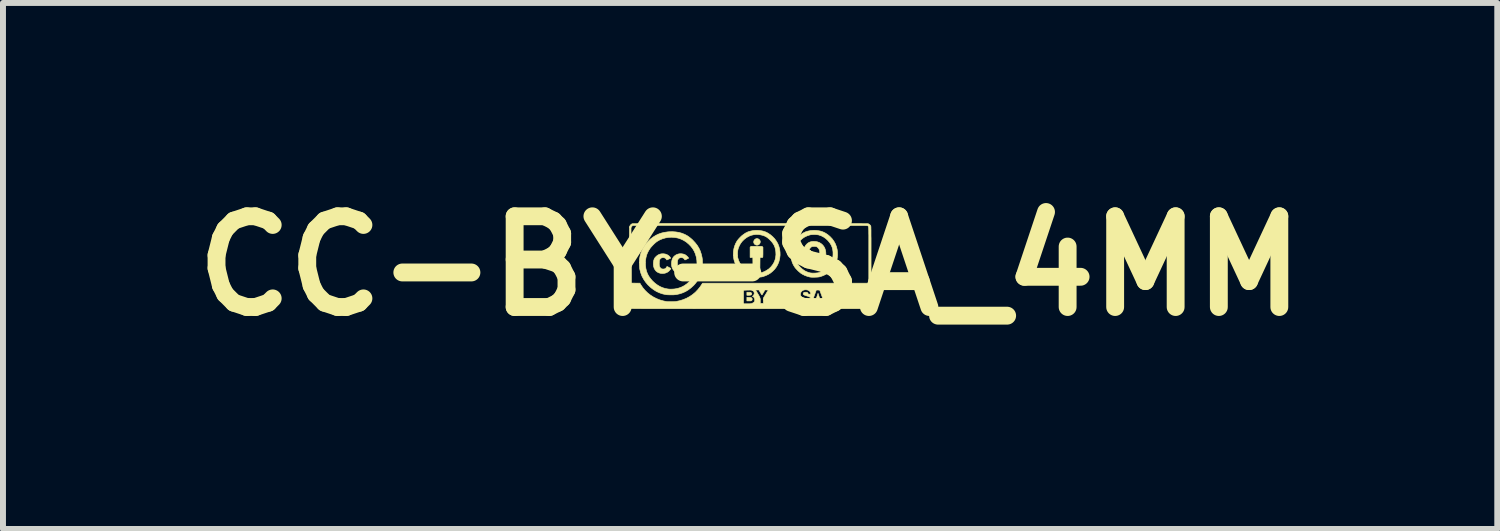
<source format=kicad_pcb>
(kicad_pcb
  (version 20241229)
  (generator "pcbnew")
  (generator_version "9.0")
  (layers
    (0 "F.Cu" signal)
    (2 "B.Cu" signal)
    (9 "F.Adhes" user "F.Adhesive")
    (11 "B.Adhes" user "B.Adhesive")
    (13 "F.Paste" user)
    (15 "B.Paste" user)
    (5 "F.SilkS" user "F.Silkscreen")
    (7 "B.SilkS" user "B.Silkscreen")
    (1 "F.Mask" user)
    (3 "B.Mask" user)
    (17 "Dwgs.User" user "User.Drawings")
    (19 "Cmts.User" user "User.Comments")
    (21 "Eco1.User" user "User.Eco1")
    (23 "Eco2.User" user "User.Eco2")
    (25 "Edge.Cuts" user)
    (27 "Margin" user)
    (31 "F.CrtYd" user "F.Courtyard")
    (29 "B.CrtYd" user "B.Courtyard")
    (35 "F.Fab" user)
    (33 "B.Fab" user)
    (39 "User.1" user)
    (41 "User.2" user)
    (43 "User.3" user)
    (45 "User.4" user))
  (footprint "CC-BY-SA_4MM"
    (layer "F.Cu")
    (at 9.55 1.418)
    (property "Reference" "CC-BY-SA_4MM" (at 0 0 0) (layer "F.SilkS") (effects (font (size 1.524 1.524) (thickness 0.3))))
    (attr exclude_from_pos_files exclude_from_bom)
    (fp_poly (pts (xy -0.019 0.528) (xy -0.003 0.528) (xy 0.008 0.529) (xy 0.016 0.531) (xy 0.022 0.534) (xy 0.024 0.535) (xy 0.033 0.545) (xy 0.036 0.558) (xy 0.033 0.57) (xy 0.03 0.577) (xy 0.024 0.582) (xy 0.016 0.585) (xy 0.004 0.587) (xy -0.012 0.587) (xy -0.021 0.587) (xy -0.054 0.587) (xy -0.054 0.526) (xy -0.019 0.528)) (stroke (width 0.01) (type solid)) (fill yes) (layer "F.SilkS"))
    (fp_poly (pts (xy -0.007 0.441) (xy 0.002 0.442) (xy 0.009 0.443) (xy 0.013 0.445) (xy 0.018 0.449) (xy 0.019 0.451) (xy 0.026 0.459) (xy 0.028 0.467) (xy 0.026 0.476) (xy 0.025 0.478) (xy 0.02 0.484) (xy 0.012 0.488) (xy -0.000164 0.491) (xy -0.017 0.492) (xy -0.026 0.492) (xy -0.054 0.492) (xy -0.054 0.441) (xy -0.022 0.441) (xy -0.007 0.441)) (stroke (width 0.01) (type solid)) (fill yes) (layer "F.SilkS"))
    (fp_poly (pts (xy 1.153 0.495) (xy 1.158 0.51) (xy 1.162 0.523) (xy 1.165 0.532) (xy 1.167 0.537) (xy 1.167 0.54) (xy 1.165 0.542) (xy 1.16 0.543) (xy 1.15 0.543) (xy 1.142 0.543) (xy 1.129 0.543) (xy 1.12 0.542) (xy 1.115 0.541) (xy 1.114 0.541) (xy 1.115 0.537) (xy 1.118 0.528) (xy 1.122 0.516) (xy 1.127 0.501) (xy 1.128 0.499) (xy 1.141 0.459) (xy 1.153 0.495)) (stroke (width 0.01) (type solid)) (fill yes) (layer "F.SilkS"))
    (fp_poly (pts (xy 0.128 -0.459) (xy 0.144 -0.452) (xy 0.157 -0.441) (xy 0.167 -0.427) (xy 0.171 -0.411) (xy 0.17 -0.396) (xy 0.165 -0.381) (xy 0.157 -0.369) (xy 0.146 -0.359) (xy 0.132 -0.352) (xy 0.116 -0.35) (xy 0.1 -0.352) (xy 0.089 -0.357) (xy 0.075 -0.367) (xy 0.066 -0.38) (xy 0.061 -0.395) (xy 0.061 -0.411) (xy 0.065 -0.426) (xy 0.073 -0.439) (xy 0.085 -0.45) (xy 0.099 -0.458) (xy 0.109 -0.46) (xy 0.128 -0.459)) (stroke (width 0.01) (type solid)) (fill yes) (layer "F.SilkS"))
    (fp_poly (pts (xy 0.208 -0.322) (xy 0.216 -0.315) (xy 0.216 -0.239) (xy 0.216 -0.217) (xy 0.216 -0.197) (xy 0.215 -0.179) (xy 0.215 -0.165) (xy 0.214 -0.156) (xy 0.214 -0.153) (xy 0.213 -0.148) (xy 0.21 -0.145) (xy 0.206 -0.143) (xy 0.197 -0.143) (xy 0.189 -0.142) (xy 0.167 -0.141) (xy 0.166 -0.047) (xy 0.165 0.048) (xy 0.048 0.048) (xy 0.047 -0.047) (xy 0.046 -0.141) (xy 0.023 -0.142) (xy 0 -0.143) (xy 0 -0.315) (xy 0.016 -0.33) (xy 0.108 -0.33) (xy 0.2 -0.33) (xy 0.208 -0.322)) (stroke (width 0.01) (type solid)) (fill yes) (layer "F.SilkS"))
    (fp_poly (pts (xy -1.147 -0.205) (xy -1.116 -0.199) (xy -1.093 -0.19) (xy -1.082 -0.183) (xy -1.069 -0.173) (xy -1.056 -0.161) (xy -1.045 -0.15) (xy -1.037 -0.14) (xy -1.032 -0.131) (xy -1.063 -0.116) (xy -1.093 -0.101) (xy -1.101 -0.11) (xy -1.105 -0.117) (xy -1.108 -0.121) (xy -1.108 -0.121) (xy -1.111 -0.125) (xy -1.118 -0.129) (xy -1.127 -0.134) (xy -1.136 -0.138) (xy -1.145 -0.141) (xy -1.146 -0.141) (xy -1.16 -0.141) (xy -1.176 -0.138) (xy -1.191 -0.132) (xy -1.196 -0.129) (xy -1.203 -0.121) (xy -1.21 -0.111) (xy -1.213 -0.106) (xy -1.216 -0.099) (xy -1.218 -0.092) (xy -1.22 -0.085) (xy -1.22 -0.074) (xy -1.221 -0.06) (xy -1.221 -0.046) (xy -1.221 -0.028) (xy -1.22 -0.015) (xy -1.22 -0.006) (xy -1.218 0.001) (xy -1.216 0.008) (xy -1.212 0.015) (xy -1.211 0.018) (xy -1.202 0.033) (xy -1.19 0.043) (xy -1.176 0.049) (xy -1.158 0.051) (xy -1.155 0.051) (xy -1.138 0.05) (xy -1.124 0.046) (xy -1.113 0.039) (xy -1.103 0.027) (xy -1.093 0.011) (xy -1.092 0.01) (xy -1.09 0.009) (xy -1.084 0.011) (xy -1.074 0.015) (xy -1.06 0.023) (xy -1.059 0.024) (xy -1.046 0.031) (xy -1.036 0.037) (xy -1.029 0.042) (xy -1.026 0.043) (xy -1.027 0.046) (xy -1.031 0.053) (xy -1.038 0.061) (xy -1.045 0.071) (xy -1.054 0.08) (xy -1.061 0.088) (xy -1.062 0.088) (xy -1.085 0.105) (xy -1.111 0.117) (xy -1.141 0.124) (xy -1.172 0.126) (xy -1.195 0.124) (xy -1.225 0.116) (xy -1.252 0.103) (xy -1.274 0.085) (xy -1.292 0.063) (xy -1.306 0.037) (xy -1.316 0.008) (xy -1.32 -0.025) (xy -1.32 -0.054) (xy -1.315 -0.088) (xy -1.307 -0.117) (xy -1.293 -0.143) (xy -1.275 -0.164) (xy -1.251 -0.182) (xy -1.237 -0.19) (xy -1.208 -0.201) (xy -1.178 -0.206) (xy -1.147 -0.205)) (stroke (width 0.01) (type solid)) (fill yes) (layer "F.SilkS"))
    (fp_poly (pts (xy -1.425 -0.201) (xy -1.399 -0.192) (xy -1.375 -0.179) (xy -1.354 -0.161) (xy -1.343 -0.147) (xy -1.337 -0.137) (xy -1.335 -0.13) (xy -1.339 -0.127) (xy -1.34 -0.127) (xy -1.345 -0.126) (xy -1.353 -0.122) (xy -1.364 -0.117) (xy -1.371 -0.114) (xy -1.398 -0.101) (xy -1.405 -0.11) (xy -1.41 -0.117) (xy -1.413 -0.121) (xy -1.413 -0.121) (xy -1.416 -0.125) (xy -1.422 -0.129) (xy -1.432 -0.134) (xy -1.441 -0.138) (xy -1.449 -0.141) (xy -1.45 -0.141) (xy -1.465 -0.141) (xy -1.481 -0.138) (xy -1.495 -0.132) (xy -1.5 -0.129) (xy -1.508 -0.121) (xy -1.515 -0.111) (xy -1.518 -0.106) (xy -1.521 -0.099) (xy -1.523 -0.092) (xy -1.524 -0.085) (xy -1.525 -0.074) (xy -1.525 -0.06) (xy -1.526 -0.046) (xy -1.526 -0.028) (xy -1.525 -0.015) (xy -1.524 -0.006) (xy -1.523 0.001) (xy -1.521 0.008) (xy -1.517 0.015) (xy -1.516 0.018) (xy -1.506 0.033) (xy -1.495 0.043) (xy -1.481 0.049) (xy -1.463 0.051) (xy -1.459 0.051) (xy -1.443 0.05) (xy -1.429 0.046) (xy -1.418 0.039) (xy -1.408 0.027) (xy -1.398 0.011) (xy -1.397 0.01) (xy -1.395 0.009) (xy -1.389 0.011) (xy -1.379 0.015) (xy -1.365 0.023) (xy -1.363 0.024) (xy -1.351 0.031) (xy -1.34 0.037) (xy -1.333 0.042) (xy -1.331 0.043) (xy -1.332 0.046) (xy -1.336 0.053) (xy -1.342 0.061) (xy -1.35 0.071) (xy -1.359 0.08) (xy -1.366 0.088) (xy -1.366 0.088) (xy -1.39 0.105) (xy -1.416 0.117) (xy -1.445 0.124) (xy -1.476 0.126) (xy -1.5 0.124) (xy -1.531 0.116) (xy -1.557 0.103) (xy -1.58 0.085) (xy -1.598 0.062) (xy -1.612 0.036) (xy -1.621 0.006) (xy -1.625 -0.026) (xy -1.624 -0.058) (xy -1.62 -0.088) (xy -1.611 -0.116) (xy -1.608 -0.122) (xy -1.598 -0.139) (xy -1.583 -0.155) (xy -1.566 -0.171) (xy -1.547 -0.184) (xy -1.538 -0.189) (xy -1.511 -0.2) (xy -1.482 -0.205) (xy -1.453 -0.205) (xy -1.425 -0.201)) (stroke (width 0.01) (type solid)) (fill yes) (layer "F.SilkS"))
    (fp_poly (pts (xy 1.086 -0.412) (xy 1.108 -0.41) (xy 1.128 -0.406) (xy 1.129 -0.406) (xy 1.161 -0.395) (xy 1.19 -0.378) (xy 1.215 -0.357) (xy 1.237 -0.331) (xy 1.254 -0.301) (xy 1.262 -0.278) (xy 1.268 -0.255) (xy 1.272 -0.228) (xy 1.273 -0.199) (xy 1.272 -0.171) (xy 1.269 -0.148) (xy 1.258 -0.114) (xy 1.242 -0.083) (xy 1.222 -0.056) (xy 1.197 -0.033) (xy 1.169 -0.014) (xy 1.137 0.000349) (xy 1.122 0.005) (xy 1.107 0.007) (xy 1.087 0.009) (xy 1.066 0.009) (xy 1.046 0.008) (xy 1.028 0.006) (xy 1.023 0.005) (xy 0.992 -0.007) (xy 0.964 -0.023) (xy 0.941 -0.044) (xy 0.922 -0.069) (xy 0.907 -0.098) (xy 0.9 -0.121) (xy 0.898 -0.132) (xy 0.898 -0.138) (xy 0.899 -0.141) (xy 0.9 -0.142) (xy 0.904 -0.142) (xy 0.914 -0.142) (xy 0.927 -0.142) (xy 0.943 -0.142) (xy 0.948 -0.142) (xy 0.991 -0.141) (xy 0.996 -0.124) (xy 1.003 -0.104) (xy 1.014 -0.089) (xy 1.029 -0.078) (xy 1.049 -0.071) (xy 1.058 -0.07) (xy 1.083 -0.068) (xy 1.106 -0.072) (xy 1.125 -0.082) (xy 1.142 -0.097) (xy 1.156 -0.118) (xy 1.164 -0.138) (xy 1.167 -0.148) (xy 1.168 -0.164) (xy 1.17 -0.182) (xy 1.17 -0.202) (xy 1.17 -0.221) (xy 1.169 -0.239) (xy 1.168 -0.254) (xy 1.166 -0.262) (xy 1.158 -0.282) (xy 1.146 -0.3) (xy 1.133 -0.314) (xy 1.126 -0.319) (xy 1.118 -0.323) (xy 1.112 -0.326) (xy 1.104 -0.328) (xy 1.094 -0.328) (xy 1.079 -0.329) (xy 1.078 -0.329) (xy 1.062 -0.328) (xy 1.051 -0.328) (xy 1.043 -0.326) (xy 1.035 -0.323) (xy 1.033 -0.322) (xy 1.019 -0.312) (xy 1.008 -0.299) (xy 1 -0.286) (xy 0.995 -0.274) (xy 0.994 -0.266) (xy 0.996 -0.262) (xy 1.002 -0.261) (xy 1.007 -0.26) (xy 1.021 -0.26) (xy 0.982 -0.221) (xy 0.943 -0.183) (xy 0.867 -0.259) (xy 0.883 -0.26) (xy 0.9 -0.262) (xy 0.905 -0.285) (xy 0.916 -0.317) (xy 0.932 -0.345) (xy 0.952 -0.368) (xy 0.976 -0.388) (xy 1.004 -0.402) (xy 1.023 -0.408) (xy 1.041 -0.411) (xy 1.062 -0.413) (xy 1.086 -0.412)) (stroke (width 0.01) (type solid)) (fill yes) (layer "F.SilkS"))
    (fp_poly (pts (xy 0.146 -0.598) (xy 0.193 -0.591) (xy 0.218 -0.586) (xy 0.26 -0.572) (xy 0.3 -0.552) (xy 0.339 -0.526) (xy 0.376 -0.495) (xy 0.411 -0.459) (xy 0.417 -0.451) (xy 0.445 -0.412) (xy 0.468 -0.37) (xy 0.485 -0.325) (xy 0.497 -0.279) (xy 0.503 -0.231) (xy 0.504 -0.182) (xy 0.498 -0.133) (xy 0.487 -0.084) (xy 0.481 -0.064) (xy 0.463 -0.022) (xy 0.44 0.018) (xy 0.412 0.055) (xy 0.379 0.088) (xy 0.343 0.118) (xy 0.303 0.143) (xy 0.259 0.163) (xy 0.214 0.179) (xy 0.198 0.183) (xy 0.183 0.185) (xy 0.163 0.187) (xy 0.141 0.188) (xy 0.117 0.189) (xy 0.093 0.189) (xy 0.071 0.189) (xy 0.052 0.187) (xy 0.041 0.186) (xy -0.002 0.175) (xy -0.043 0.16) (xy -0.083 0.14) (xy -0.118 0.118) (xy -0.119 0.117) (xy -0.136 0.103) (xy -0.154 0.087) (xy -0.173 0.069) (xy -0.19 0.05) (xy -0.205 0.033) (xy -0.214 0.022) (xy -0.238 -0.018) (xy -0.257 -0.06) (xy -0.271 -0.105) (xy -0.279 -0.151) (xy -0.282 -0.198) (xy -0.282 -0.206) (xy -0.211 -0.206) (xy -0.211 -0.182) (xy -0.209 -0.159) (xy -0.207 -0.139) (xy -0.205 -0.133) (xy -0.192 -0.09) (xy -0.172 -0.049) (xy -0.147 -0.011) (xy -0.116 0.023) (xy -0.082 0.054) (xy -0.045 0.079) (xy -0.006 0.099) (xy 0.033 0.112) (xy 0.057 0.117) (xy 0.07 0.119) (xy 0.088 0.12) (xy 0.108 0.12) (xy 0.128 0.12) (xy 0.147 0.119) (xy 0.162 0.118) (xy 0.165 0.117) (xy 0.202 0.109) (xy 0.24 0.094) (xy 0.276 0.075) (xy 0.31 0.052) (xy 0.322 0.043) (xy 0.354 0.011) (xy 0.381 -0.024) (xy 0.403 -0.062) (xy 0.419 -0.102) (xy 0.429 -0.145) (xy 0.434 -0.19) (xy 0.432 -0.236) (xy 0.432 -0.238) (xy 0.426 -0.278) (xy 0.417 -0.314) (xy 0.404 -0.346) (xy 0.386 -0.377) (xy 0.363 -0.407) (xy 0.343 -0.429) (xy 0.313 -0.458) (xy 0.283 -0.482) (xy 0.251 -0.5) (xy 0.218 -0.513) (xy 0.182 -0.522) (xy 0.147 -0.528) (xy 0.102 -0.53) (xy 0.059 -0.525) (xy 0.017 -0.515) (xy -0.024 -0.498) (xy -0.062 -0.476) (xy -0.098 -0.448) (xy -0.104 -0.443) (xy -0.137 -0.409) (xy -0.163 -0.373) (xy -0.184 -0.333) (xy -0.2 -0.291) (xy -0.205 -0.271) (xy -0.208 -0.253) (xy -0.21 -0.231) (xy -0.211 -0.206) (xy -0.282 -0.206) (xy -0.28 -0.245) (xy -0.272 -0.292) (xy -0.259 -0.337) (xy -0.241 -0.381) (xy -0.218 -0.422) (xy -0.217 -0.423) (xy -0.197 -0.449) (xy -0.172 -0.476) (xy -0.145 -0.503) (xy -0.116 -0.526) (xy -0.087 -0.546) (xy -0.075 -0.554) (xy -0.036 -0.573) (xy 0.007 -0.586) (xy 0.052 -0.595) (xy 0.098 -0.599) (xy 0.146 -0.598)) (stroke (width 0.01) (type solid)) (fill yes) (layer "F.SilkS"))
    (fp_poly (pts (xy 1.111 -0.598) (xy 1.158 -0.591) (xy 1.183 -0.586) (xy 1.225 -0.572) (xy 1.266 -0.552) (xy 1.305 -0.526) (xy 1.342 -0.495) (xy 1.376 -0.459) (xy 1.383 -0.451) (xy 1.41 -0.412) (xy 1.433 -0.37) (xy 1.45 -0.325) (xy 1.462 -0.279) (xy 1.468 -0.231) (xy 1.469 -0.182) (xy 1.464 -0.133) (xy 1.453 -0.084) (xy 1.446 -0.064) (xy 1.429 -0.022) (xy 1.406 0.018) (xy 1.377 0.055) (xy 1.345 0.088) (xy 1.308 0.118) (xy 1.268 0.143) (xy 1.225 0.163) (xy 1.179 0.179) (xy 1.163 0.183) (xy 1.148 0.185) (xy 1.129 0.187) (xy 1.106 0.188) (xy 1.082 0.189) (xy 1.058 0.189) (xy 1.036 0.189) (xy 1.017 0.187) (xy 1.006 0.186) (xy 0.964 0.175) (xy 0.922 0.16) (xy 0.882 0.14) (xy 0.847 0.118) (xy 0.846 0.117) (xy 0.83 0.103) (xy 0.811 0.087) (xy 0.793 0.069) (xy 0.775 0.05) (xy 0.76 0.033) (xy 0.752 0.022) (xy 0.727 -0.018) (xy 0.708 -0.06) (xy 0.695 -0.105) (xy 0.686 -0.151) (xy 0.683 -0.198) (xy 0.75 -0.198) (xy 0.75 -0.187) (xy 0.754 -0.144) (xy 0.763 -0.105) (xy 0.778 -0.068) (xy 0.798 -0.033) (xy 0.824 0.001) (xy 0.846 0.024) (xy 0.879 0.054) (xy 0.914 0.079) (xy 0.95 0.097) (xy 0.989 0.111) (xy 1.01 0.116) (xy 1.026 0.118) (xy 1.047 0.12) (xy 1.07 0.12) (xy 1.095 0.119) (xy 1.118 0.117) (xy 1.139 0.115) (xy 1.153 0.112) (xy 1.195 0.097) (xy 1.235 0.077) (xy 1.272 0.051) (xy 1.293 0.032) (xy 1.319 0.005) (xy 1.34 -0.021) (xy 1.357 -0.048) (xy 1.364 -0.062) (xy 1.375 -0.089) (xy 1.384 -0.115) (xy 1.389 -0.143) (xy 1.392 -0.174) (xy 1.393 -0.188) (xy 1.393 -0.234) (xy 1.388 -0.275) (xy 1.378 -0.314) (xy 1.363 -0.35) (xy 1.342 -0.384) (xy 1.316 -0.417) (xy 1.304 -0.431) (xy 1.27 -0.462) (xy 1.234 -0.487) (xy 1.195 -0.507) (xy 1.153 -0.521) (xy 1.145 -0.523) (xy 1.122 -0.526) (xy 1.095 -0.528) (xy 1.066 -0.528) (xy 1.038 -0.527) (xy 1.013 -0.524) (xy 1.002 -0.521) (xy 0.959 -0.507) (xy 0.918 -0.488) (xy 0.881 -0.463) (xy 0.847 -0.433) (xy 0.816 -0.399) (xy 0.791 -0.363) (xy 0.772 -0.326) (xy 0.759 -0.286) (xy 0.752 -0.243) (xy 0.75 -0.198) (xy 0.683 -0.198) (xy 0.683 -0.198) (xy 0.685 -0.245) (xy 0.693 -0.292) (xy 0.706 -0.337) (xy 0.724 -0.381) (xy 0.748 -0.422) (xy 0.748 -0.423) (xy 0.768 -0.449) (xy 0.793 -0.476) (xy 0.82 -0.503) (xy 0.849 -0.526) (xy 0.878 -0.546) (xy 0.891 -0.554) (xy 0.93 -0.573) (xy 0.972 -0.586) (xy 1.017 -0.595) (xy 1.064 -0.599) (xy 1.111 -0.598)) (stroke (width 0.01) (type solid)) (fill yes) (layer "F.SilkS"))
    (fp_poly (pts (xy -1.247 -0.572) (xy -1.196 -0.564) (xy -1.149 -0.551) (xy -1.103 -0.533) (xy -1.087 -0.525) (xy -1.057 -0.509) (xy -1.029 -0.49) (xy -1.002 -0.469) (xy -0.973 -0.444) (xy -0.964 -0.435) (xy -0.924 -0.392) (xy -0.889 -0.348) (xy -0.86 -0.301) (xy -0.837 -0.252) (xy -0.82 -0.2) (xy -0.807 -0.145) (xy -0.805 -0.131) (xy -0.802 -0.11) (xy -0.801 -0.084) (xy -0.8 -0.055) (xy -0.8 -0.026) (xy -0.801 0.001) (xy -0.803 0.026) (xy -0.805 0.038) (xy -0.816 0.094) (xy -0.833 0.148) (xy -0.855 0.199) (xy -0.884 0.247) (xy -0.918 0.292) (xy -0.949 0.327) (xy -0.993 0.367) (xy -1.038 0.401) (xy -1.084 0.429) (xy -1.133 0.451) (xy -1.185 0.468) (xy -1.239 0.48) (xy -1.247 0.481) (xy -1.267 0.483) (xy -1.291 0.485) (xy -1.317 0.485) (xy -1.345 0.485) (xy -1.372 0.484) (xy -1.396 0.483) (xy -1.414 0.481) (xy -1.469 0.469) (xy -1.522 0.451) (xy -1.573 0.428) (xy -1.621 0.398) (xy -1.667 0.363) (xy -1.711 0.322) (xy -1.719 0.314) (xy -1.757 0.269) (xy -1.789 0.221) (xy -1.816 0.171) (xy -1.836 0.118) (xy -1.851 0.063) (xy -1.855 0.042) (xy -1.857 0.016) (xy -1.859 -0.013) (xy -1.86 -0.043) (xy -1.86 -0.062) (xy -1.758 -0.062) (xy -1.757 -0.009) (xy -1.751 0.041) (xy -1.74 0.088) (xy -1.723 0.132) (xy -1.701 0.173) (xy -1.672 0.213) (xy -1.638 0.252) (xy -1.637 0.253) (xy -1.597 0.29) (xy -1.556 0.32) (xy -1.514 0.345) (xy -1.471 0.364) (xy -1.425 0.378) (xy -1.377 0.387) (xy -1.373 0.387) (xy -1.351 0.389) (xy -1.325 0.389) (xy -1.297 0.388) (xy -1.27 0.386) (xy -1.245 0.382) (xy -1.238 0.381) (xy -1.191 0.369) (xy -1.147 0.352) (xy -1.105 0.33) (xy -1.065 0.302) (xy -1.026 0.268) (xy -1.011 0.253) (xy -0.977 0.214) (xy -0.948 0.173) (xy -0.926 0.129) (xy -0.909 0.083) (xy -0.898 0.035) (xy -0.893 -0.016) (xy -0.892 -0.044) (xy -0.895 -0.099) (xy -0.904 -0.151) (xy -0.918 -0.2) (xy -0.938 -0.247) (xy -0.964 -0.291) (xy -0.995 -0.331) (xy -1.029 -0.366) (xy -1.07 -0.401) (xy -1.114 -0.429) (xy -1.159 -0.451) (xy -1.207 -0.468) (xy -1.257 -0.478) (xy -1.309 -0.482) (xy -1.32 -0.483) (xy -1.373 -0.48) (xy -1.424 -0.471) (xy -1.472 -0.457) (xy -1.518 -0.438) (xy -1.56 -0.414) (xy -1.575 -0.403) (xy -1.591 -0.39) (xy -1.61 -0.373) (xy -1.629 -0.354) (xy -1.648 -0.334) (xy -1.665 -0.315) (xy -1.677 -0.3) (xy -1.703 -0.26) (xy -1.724 -0.22) (xy -1.74 -0.178) (xy -1.75 -0.135) (xy -1.757 -0.088) (xy -1.758 -0.062) (xy -1.86 -0.062) (xy -1.86 -0.072) (xy -1.859 -0.098) (xy -1.858 -0.113) (xy -1.85 -0.158) (xy -1.839 -0.202) (xy -1.824 -0.245) (xy -1.807 -0.284) (xy -1.801 -0.295) (xy -1.777 -0.334) (xy -1.749 -0.373) (xy -1.718 -0.409) (xy -1.686 -0.441) (xy -1.672 -0.453) (xy -1.629 -0.486) (xy -1.584 -0.514) (xy -1.538 -0.536) (xy -1.49 -0.553) (xy -1.439 -0.565) (xy -1.384 -0.573) (xy -1.359 -0.575) (xy -1.301 -0.576) (xy -1.247 -0.572)) (stroke (width 0.01) (type solid)) (fill yes) (layer "F.SilkS"))
    (fp_poly (pts (xy 0.386 -0.714) (xy 0.503 -0.714) (xy 0.614 -0.714) (xy 0.719 -0.714) (xy 0.819 -0.714) (xy 0.913 -0.714) (xy 1.003 -0.714) (xy 1.087 -0.714) (xy 1.166 -0.714) (xy 1.241 -0.714) (xy 1.311 -0.714) (xy 1.376 -0.714) (xy 1.437 -0.714) (xy 1.494 -0.714) (xy 1.547 -0.714) (xy 1.596 -0.714) (xy 1.641 -0.714) (xy 1.683 -0.713) (xy 1.721 -0.713) (xy 1.756 -0.713) (xy 1.788 -0.713) (xy 1.817 -0.713) (xy 1.843 -0.713) (xy 1.866 -0.713) (xy 1.887 -0.712) (xy 1.905 -0.712) (xy 1.921 -0.712) (xy 1.934 -0.712) (xy 1.946 -0.712) (xy 1.956 -0.711) (xy 1.964 -0.711) (xy 1.971 -0.711) (xy 1.976 -0.711) (xy 1.98 -0.71) (xy 1.982 -0.71) (xy 1.984 -0.71) (xy 1.985 -0.709) (xy 1.998 -0.703) (xy 2.012 -0.692) (xy 2.023 -0.68) (xy 2.027 -0.672) (xy 2.028 -0.671) (xy 2.028 -0.668) (xy 2.029 -0.663) (xy 2.029 -0.656) (xy 2.03 -0.647) (xy 2.03 -0.636) (xy 2.03 -0.621) (xy 2.031 -0.605) (xy 2.031 -0.584) (xy 2.031 -0.561) (xy 2.031 -0.534) (xy 2.031 -0.503) (xy 2.032 -0.468) (xy 2.032 -0.428) (xy 2.032 -0.384) (xy 2.032 -0.336) (xy 2.032 -0.282) (xy 2.032 -0.223) (xy 2.032 -0.158) (xy 2.032 -0.088) (xy 2.032 -0.011) (xy 2.032 0.027) (xy 2.032 0.718) (xy 0.005 0.718) (xy -0.131 0.718) (xy -0.261 0.718) (xy -0.384 0.718) (xy -0.502 0.718) (xy -0.614 0.718) (xy -0.72 0.718) (xy -0.821 0.718) (xy -0.916 0.718) (xy -1.006 0.717) (xy -1.091 0.717) (xy -1.172 0.717) (xy -1.247 0.717) (xy -1.318 0.717) (xy -1.385 0.717) (xy -1.447 0.717) (xy -1.505 0.717) (xy -1.559 0.717) (xy -1.609 0.717) (xy -1.655 0.717) (xy -1.698 0.717) (xy -1.737 0.717) (xy -1.773 0.717) (xy -1.806 0.717) (xy -1.836 0.716) (xy -1.863 0.716) (xy -1.888 0.716) (xy -1.909 0.716) (xy -1.929 0.716) (xy -1.946 0.716) (xy -1.96 0.715) (xy -1.973 0.715) (xy -1.984 0.715) (xy -1.994 0.715) (xy -2.001 0.715) (xy -2.008 0.714) (xy -2.013 0.714) (xy -2.017 0.714) (xy -2.02 0.713) (xy -2.022 0.713) (xy -2.024 0.713) (xy -2.025 0.712) (xy -2.025 0.712) (xy -2.025 0.711) (xy -2.026 0.711) (xy -2.026 0.708) (xy -2.026 0.699) (xy -2.027 0.685) (xy -2.027 0.666) (xy -2.027 0.641) (xy -2.027 0.635) (xy -0.111 0.635) (xy -0.049 0.635) (xy -0.027 0.635) (xy -0.01 0.635) (xy 0.002 0.634) (xy 0.012 0.633) (xy 0.019 0.632) (xy 0.026 0.63) (xy 0.03 0.629) (xy 0.05 0.619) (xy 0.065 0.609) (xy 0.074 0.596) (xy 0.078 0.581) (xy 0.078 0.563) (xy 0.077 0.558) (xy 0.072 0.541) (xy 0.066 0.529) (xy 0.056 0.519) (xy 0.05 0.516) (xy 0.038 0.509) (xy 0.047 0.504) (xy 0.056 0.496) (xy 0.063 0.484) (xy 0.068 0.47) (xy 0.07 0.459) (xy 0.068 0.449) (xy 0.065 0.437) (xy 0.064 0.435) (xy 0.058 0.425) (xy 0.051 0.418) (xy 0.041 0.412) (xy 0.03 0.408) (xy 0.015 0.405) (xy -0.005 0.404) (xy -0.029 0.405) (xy -0.051 0.405) (xy -0.11 0.408) (xy -0.11 0.521) (xy -0.111 0.635) (xy -2.027 0.635) (xy -2.028 0.61) (xy -2.028 0.574) (xy -2.028 0.533) (xy -2.028 0.485) (xy -2.028 0.432) (xy -2.028 0.372) (xy -2.028 0.307) (xy -2.028 0.235) (xy -2.028 0.158) (xy -2.028 0.074) (xy -2.028 0.023) (xy -2.027 -0.643) (xy -2 -0.643) (xy -1.999 0.287) (xy -1.925 0.288) (xy -1.851 0.289) (xy -1.835 0.316) (xy -1.802 0.365) (xy -1.764 0.41) (xy -1.721 0.452) (xy -1.674 0.489) (xy -1.624 0.521) (xy -1.571 0.548) (xy -1.516 0.57) (xy -1.459 0.586) (xy -1.446 0.589) (xy -1.43 0.592) (xy -1.416 0.595) (xy -1.404 0.597) (xy -1.397 0.598) (xy -1.385 0.599) (xy -1.369 0.599) (xy -1.349 0.599) (xy -1.327 0.6) (xy -1.305 0.599) (xy -1.285 0.599) (xy -1.267 0.598) (xy -1.254 0.597) (xy -1.251 0.597) (xy -1.237 0.595) (xy -1.219 0.591) (xy -1.2 0.587) (xy -1.185 0.584) (xy -1.126 0.566) (xy -1.07 0.543) (xy -1.016 0.514) (xy -0.966 0.48) (xy -0.919 0.441) (xy -0.883 0.403) (xy 0.092 0.403) (xy 0.107 0.428) (xy 0.123 0.455) (xy 0.136 0.477) (xy 0.147 0.496) (xy 0.155 0.51) (xy 0.161 0.523) (xy 0.165 0.533) (xy 0.168 0.542) (xy 0.17 0.55) (xy 0.171 0.559) (xy 0.171 0.568) (xy 0.171 0.579) (xy 0.171 0.586) (xy 0.171 0.629) (xy 0.222 0.629) (xy 0.222 0.585) (xy 0.222 0.569) (xy 0.832 0.569) (xy 0.835 0.584) (xy 0.843 0.599) (xy 0.854 0.612) (xy 0.864 0.62) (xy 0.881 0.629) (xy 0.899 0.635) (xy 0.92 0.637) (xy 0.94 0.637) (xy 0.956 0.637) (xy 0.968 0.635) (xy 0.977 0.633) (xy 0.985 0.63) (xy 0.989 0.628) (xy 0.992 0.626) (xy 1.032 0.626) (xy 1.035 0.628) (xy 1.043 0.628) (xy 1.054 0.629) (xy 1.057 0.629) (xy 1.081 0.629) (xy 1.099 0.578) (xy 1.181 0.578) (xy 1.186 0.588) (xy 1.189 0.598) (xy 1.194 0.609) (xy 1.195 0.614) (xy 1.201 0.629) (xy 1.226 0.629) (xy 1.238 0.629) (xy 1.246 0.628) (xy 1.251 0.628) (xy 1.251 0.628) (xy 1.25 0.625) (xy 1.247 0.616) (xy 1.242 0.603) (xy 1.236 0.586) (xy 1.228 0.566) (xy 1.22 0.543) (xy 1.211 0.518) (xy 1.21 0.516) (xy 1.169 0.405) (xy 1.113 0.403) (xy 1.072 0.514) (xy 1.063 0.539) (xy 1.055 0.562) (xy 1.047 0.583) (xy 1.041 0.6) (xy 1.036 0.614) (xy 1.033 0.623) (xy 1.032 0.626) (xy 1.032 0.626) (xy 0.992 0.626) (xy 1.002 0.62) (xy 1.011 0.612) (xy 1.018 0.602) (xy 1.021 0.596) (xy 1.025 0.578) (xy 1.024 0.56) (xy 1.018 0.543) (xy 1.008 0.528) (xy 0.994 0.517) (xy 0.979 0.511) (xy 0.952 0.503) (xy 0.93 0.496) (xy 0.912 0.489) (xy 0.9 0.482) (xy 0.898 0.48) (xy 0.893 0.472) (xy 0.893 0.462) (xy 0.898 0.452) (xy 0.9 0.45) (xy 0.904 0.445) (xy 0.909 0.443) (xy 0.916 0.442) (xy 0.927 0.441) (xy 0.933 0.441) (xy 0.946 0.441) (xy 0.954 0.442) (xy 0.959 0.444) (xy 0.963 0.448) (xy 0.967 0.451) (xy 0.972 0.459) (xy 0.975 0.466) (xy 0.975 0.467) (xy 0.975 0.47) (xy 0.978 0.472) (xy 0.985 0.473) (xy 0.996 0.473) (xy 0.997 0.473) (xy 1.009 0.473) (xy 1.015 0.472) (xy 1.018 0.471) (xy 1.019 0.467) (xy 1.019 0.465) (xy 1.017 0.456) (xy 1.013 0.444) (xy 1.006 0.432) (xy 0.999 0.423) (xy 0.996 0.42) (xy 0.981 0.41) (xy 0.963 0.403) (xy 0.942 0.4) (xy 0.92 0.4) (xy 0.9 0.405) (xy 0.891 0.408) (xy 0.876 0.417) (xy 0.864 0.427) (xy 0.856 0.438) (xy 0.854 0.442) (xy 0.847 0.462) (xy 0.846 0.481) (xy 0.85 0.499) (xy 0.859 0.513) (xy 0.873 0.524) (xy 0.89 0.535) (xy 0.909 0.542) (xy 0.929 0.546) (xy 0.937 0.546) (xy 0.948 0.548) (xy 0.959 0.554) (xy 0.968 0.561) (xy 0.974 0.57) (xy 0.975 0.574) (xy 0.972 0.584) (xy 0.965 0.594) (xy 0.955 0.6) (xy 0.951 0.602) (xy 0.941 0.602) (xy 0.928 0.6) (xy 0.915 0.597) (xy 0.906 0.592) (xy 0.9 0.586) (xy 0.894 0.578) (xy 0.892 0.575) (xy 0.886 0.562) (xy 0.859 0.562) (xy 0.846 0.562) (xy 0.838 0.563) (xy 0.834 0.564) (xy 0.832 0.566) (xy 0.832 0.569) (xy 0.222 0.569) (xy 0.222 0.541) (xy 0.257 0.483) (xy 0.268 0.465) (xy 0.278 0.448) (xy 0.287 0.433) (xy 0.294 0.422) (xy 0.298 0.415) (xy 0.299 0.414) (xy 0.305 0.403) (xy 0.249 0.403) (xy 0.228 0.441) (xy 0.219 0.455) (xy 0.212 0.468) (xy 0.206 0.478) (xy 0.202 0.484) (xy 0.202 0.484) (xy 0.2 0.486) (xy 0.198 0.485) (xy 0.195 0.482) (xy 0.19 0.476) (xy 0.184 0.465) (xy 0.174 0.449) (xy 0.173 0.447) (xy 0.148 0.403) (xy 0.092 0.403) (xy -0.883 0.403) (xy -0.877 0.397) (xy -0.838 0.348) (xy -0.818 0.318) (xy -0.799 0.289) (xy 1.994 0.289) (xy 1.994 -0.181) (xy 1.994 -0.246) (xy 1.994 -0.304) (xy 1.994 -0.357) (xy 1.994 -0.405) (xy 1.994 -0.447) (xy 1.994 -0.485) (xy 1.994 -0.518) (xy 1.993 -0.546) (xy 1.993 -0.571) (xy 1.993 -0.592) (xy 1.992 -0.61) (xy 1.992 -0.625) (xy 1.991 -0.637) (xy 1.99 -0.647) (xy 1.989 -0.654) (xy 1.988 -0.66) (xy 1.987 -0.664) (xy 1.985 -0.667) (xy 1.984 -0.67) (xy 1.982 -0.671) (xy 1.98 -0.673) (xy 1.978 -0.674) (xy 1.976 -0.675) (xy 1.975 -0.675) (xy 1.974 -0.676) (xy 1.973 -0.676) (xy 1.971 -0.677) (xy 1.968 -0.677) (xy 1.965 -0.677) (xy 1.96 -0.678) (xy 1.955 -0.678) (xy 1.948 -0.678) (xy 1.939 -0.678) (xy 1.93 -0.679) (xy 1.918 -0.679) (xy 1.904 -0.679) (xy 1.889 -0.679) (xy 1.871 -0.679) (xy 1.851 -0.68) (xy 1.828 -0.68) (xy 1.803 -0.68) (xy 1.775 -0.68) (xy 1.744 -0.68) (xy 1.71 -0.68) (xy 1.673 -0.68) (xy 1.633 -0.681) (xy 1.589 -0.681) (xy 1.541 -0.681) (xy 1.489 -0.681) (xy 1.434 -0.681) (xy 1.374 -0.681) (xy 1.31 -0.681) (xy 1.242 -0.681) (xy 1.169 -0.681) (xy 1.092 -0.681) (xy 1.01 -0.681) (xy 0.922 -0.681) (xy 0.83 -0.681) (xy 0.732 -0.682) (xy 0.629 -0.682) (xy 0.52 -0.682) (xy 0.406 -0.682) (xy 0.285 -0.682) (xy 0.159 -0.682) (xy 0.027 -0.682) (xy 0.002 -0.682) (xy -0.132 -0.682) (xy -0.26 -0.682) (xy -0.381 -0.682) (xy -0.497 -0.682) (xy -0.607 -0.682) (xy -0.711 -0.682) (xy -0.81 -0.682) (xy -0.903 -0.682) (xy -0.992 -0.682) (xy -1.075 -0.682) (xy -1.153 -0.682) (xy -1.227 -0.682) (xy -1.296 -0.682) (xy -1.361 -0.682) (xy -1.421 -0.682) (xy -1.477 -0.682) (xy -1.53 -0.682) (xy -1.578 -0.682) (xy -1.623 -0.682) (xy -1.664 -0.682) (xy -1.702 -0.682) (xy -1.737 -0.682) (xy -1.768 -0.682) (xy -1.797 -0.681) (xy -1.822 -0.681) (xy -1.845 -0.681) (xy -1.866 -0.681) (xy -1.884 -0.681) (xy -1.9 -0.681) (xy -1.914 -0.68) (xy -1.926 -0.68) (xy -1.937 -0.68) (xy -1.945 -0.68) (xy -1.953 -0.679) (xy -1.958 -0.679) (xy -1.963 -0.679) (xy -1.967 -0.679) (xy -1.97 -0.678) (xy -1.972 -0.678) (xy -1.973 -0.677) (xy -1.974 -0.677) (xy -1.975 -0.677) (xy -1.985 -0.668) (xy -1.993 -0.657) (xy -2 -0.643) (xy -2.027 -0.643) (xy -2.027 -0.659) (xy -2.02 -0.672) (xy -2.008 -0.69) (xy -1.993 -0.703) (xy -1.984 -0.708) (xy -1.983 -0.709) (xy -1.981 -0.709) (xy -1.98 -0.709) (xy -1.978 -0.71) (xy -1.975 -0.71) (xy -1.972 -0.71) (xy -1.967 -0.711) (xy -1.962 -0.711) (xy -1.955 -0.711) (xy -1.947 -0.711) (xy -1.937 -0.712) (xy -1.926 -0.712) (xy -1.912 -0.712) (xy -1.897 -0.712) (xy -1.88 -0.713) (xy -1.86 -0.713) (xy -1.838 -0.713) (xy -1.813 -0.713) (xy -1.786 -0.713) (xy -1.756 -0.713) (xy -1.723 -0.713) (xy -1.686 -0.714) (xy -1.646 -0.714) (xy -1.603 -0.714) (xy -1.556 -0.714) (xy -1.506 -0.714) (xy -1.451 -0.714) (xy -1.393 -0.714) (xy -1.33 -0.714) (xy -1.263 -0.714) (xy -1.191 -0.714) (xy -1.115 -0.714) (xy -1.034 -0.714) (xy -0.948 -0.714) (xy -0.857 -0.714) (xy -0.761 -0.714) (xy -0.659 -0.714) (xy -0.552 -0.714) (xy -0.439 -0.714) (xy -0.32 -0.714) (xy -0.195 -0.714) (xy -0.064 -0.714) (xy 0.000394 -0.714) (xy 0.135 -0.714) (xy 0.264 -0.714) (xy 0.386 -0.714)) (stroke (width 0.01) (type solid)) (fill yes) (layer "F.SilkS")))
  (gr_rect
    (start -3 -3)
    (end 22.101 5.836)
    (stroke (width 0.1) (type default))
    (fill no)
    (layer "Edge.Cuts")))
</source>
